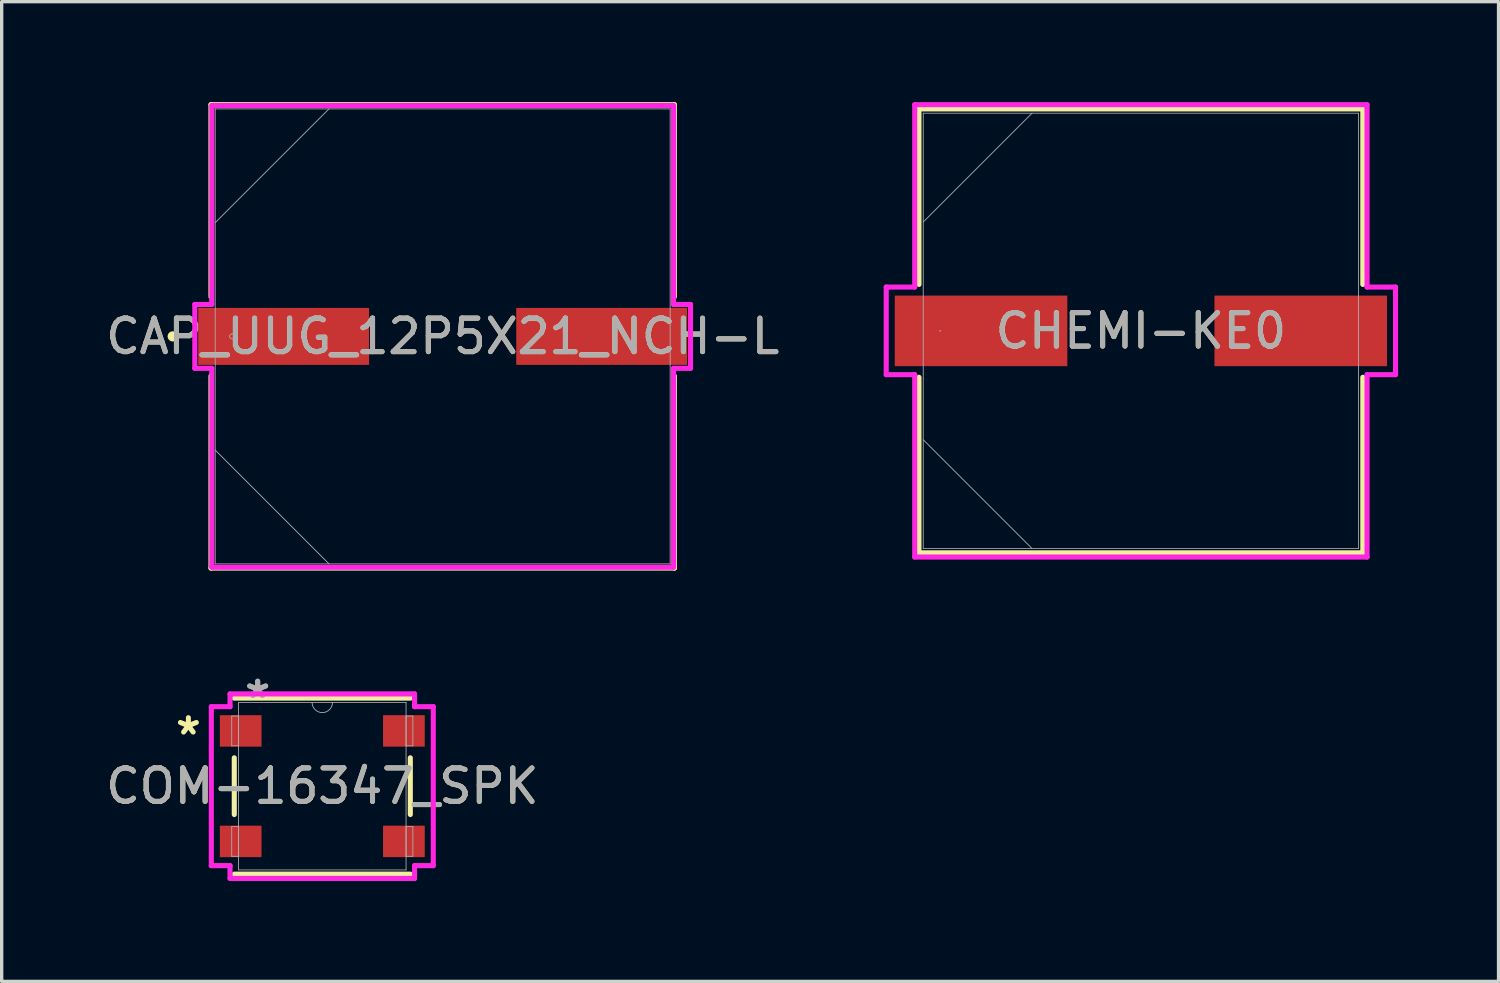
<source format=kicad_pcb>
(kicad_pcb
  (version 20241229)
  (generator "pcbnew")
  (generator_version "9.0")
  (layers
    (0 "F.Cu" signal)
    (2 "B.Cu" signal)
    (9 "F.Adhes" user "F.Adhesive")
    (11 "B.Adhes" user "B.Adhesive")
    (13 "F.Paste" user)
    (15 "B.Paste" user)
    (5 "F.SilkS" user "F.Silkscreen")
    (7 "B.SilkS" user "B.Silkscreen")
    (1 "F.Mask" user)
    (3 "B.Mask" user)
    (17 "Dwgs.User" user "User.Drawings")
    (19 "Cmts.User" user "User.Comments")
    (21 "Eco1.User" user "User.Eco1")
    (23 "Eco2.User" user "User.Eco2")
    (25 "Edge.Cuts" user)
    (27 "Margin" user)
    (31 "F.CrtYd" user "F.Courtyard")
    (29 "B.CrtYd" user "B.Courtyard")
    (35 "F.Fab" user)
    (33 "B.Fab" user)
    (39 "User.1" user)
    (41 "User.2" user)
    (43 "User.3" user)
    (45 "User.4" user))
  (footprint "CAP_UUG_12P5X21_NCH-L"
    (layer "F.Cu")
    (at 10.173 6.998)
    (property "Reference" "CAP_UUG_12P5X21_NCH-L" (at 0 0 0) (unlocked yes) (layer "F.SilkS") (effects (font (size 1 1) (thickness 0.15))))
    (attr smd)
    (fp_line (start -6.921 -6.921) (end -6.921 -1.184) (stroke (width 0.152) (type solid)) (layer "F.SilkS"))
    (fp_line (start -6.921 1.184) (end -6.921 6.921) (stroke (width 0.152) (type solid)) (layer "F.SilkS"))
    (fp_line (start -6.921 6.921) (end 6.921 6.921) (stroke (width 0.152) (type solid)) (layer "F.SilkS"))
    (fp_line (start 6.921 -6.921) (end -6.921 -6.921) (stroke (width 0.152) (type solid)) (layer "F.SilkS"))
    (fp_line (start 6.921 -1.184) (end 6.921 -6.921) (stroke (width 0.152) (type solid)) (layer "F.SilkS"))
    (fp_line (start 6.921 6.921) (end 6.921 1.184) (stroke (width 0.152) (type solid)) (layer "F.SilkS"))
    (fp_circle (center -8.065 0) (end -7.988 0) (stroke (width 0.152) (type solid)) (fill no) (layer "F.SilkS"))
    (fp_line (start -7.404 -0.953) (end -6.896 -0.953) (stroke (width 0.152) (type solid)) (layer "F.CrtYd"))
    (fp_line (start -7.404 0.953) (end -7.404 -0.953) (stroke (width 0.152) (type solid)) (layer "F.CrtYd"))
    (fp_line (start -6.896 -6.896) (end 6.896 -6.896) (stroke (width 0.152) (type solid)) (layer "F.CrtYd"))
    (fp_line (start -6.896 -0.953) (end -6.896 -6.896) (stroke (width 0.152) (type solid)) (layer "F.CrtYd"))
    (fp_line (start -6.896 0.953) (end -7.404 0.953) (stroke (width 0.152) (type solid)) (layer "F.CrtYd"))
    (fp_line (start -6.896 6.896) (end -6.896 0.953) (stroke (width 0.152) (type solid)) (layer "F.CrtYd"))
    (fp_line (start 6.896 -6.896) (end 6.896 -0.953) (stroke (width 0.152) (type solid)) (layer "F.CrtYd"))
    (fp_line (start 6.896 -0.953) (end 7.404 -0.953) (stroke (width 0.152) (type solid)) (layer "F.CrtYd"))
    (fp_line (start 6.896 0.953) (end 6.896 6.896) (stroke (width 0.152) (type solid)) (layer "F.CrtYd"))
    (fp_line (start 6.896 6.896) (end -6.896 6.896) (stroke (width 0.152) (type solid)) (layer "F.CrtYd"))
    (fp_line (start 7.404 -0.953) (end 7.404 0.953) (stroke (width 0.152) (type solid)) (layer "F.CrtYd"))
    (fp_line (start 7.404 0.953) (end 6.896 0.953) (stroke (width 0.152) (type solid)) (layer "F.CrtYd"))
    (fp_line (start -6.795 -6.795) (end -6.795 6.795) (stroke (width 0.025) (type solid)) (layer "F.Fab"))
    (fp_line (start -6.795 -3.397) (end -3.397 -6.795) (stroke (width 0.025) (type solid)) (layer "F.Fab"))
    (fp_line (start -6.795 3.397) (end -3.397 6.795) (stroke (width 0.025) (type solid)) (layer "F.Fab"))
    (fp_line (start -6.795 6.795) (end 6.795 6.795) (stroke (width 0.025) (type solid)) (layer "F.Fab"))
    (fp_line (start 6.795 -6.795) (end -6.795 -6.795) (stroke (width 0.025) (type solid)) (layer "F.Fab"))
    (fp_line (start 6.795 6.795) (end 6.795 -6.795) (stroke (width 0.025) (type solid)) (layer "F.Fab"))
    (fp_circle (center -6.287 0) (end -6.21 0) (stroke (width 0.025) (type solid)) (fill no) (layer "F.Fab"))
    (fp_text user "${REFERENCE}" (at 0 0 0) (unlocked yes) (layer "F.Fab") (effects (font (size 1 1) (thickness 0.15))))
    (pad "1" smd rect (at -4.75 0) (size 5.105 1.702) (layers "F.Cu" "F.Mask" "F.Paste"))
    (pad "2" smd rect (at 4.75 0) (size 5.105 1.702) (layers "F.Cu" "F.Mask" "F.Paste"))
    (zone (net_name "") (layer "F.Cu") (hatch full 0.508) (connect_pads) (min_thickness 0.254) (filled_areas_thickness no) (keepout (tracks not_allowed) (vias not_allowed) (pads allowed) (copperpour not_allowed) (footprints allowed)) (placement (enabled no)) (fill) (polygon (pts (xy 3.429 0.254) (xy 16.916 0.254) (xy 16.916 6.096) (xy 3.429 6.096))))
    (zone (net_name "") (layer "F.Cu") (hatch full 0.508) (connect_pads) (min_thickness 0.254) (filled_areas_thickness no) (keepout (tracks not_allowed) (vias not_allowed) (pads allowed) (copperpour not_allowed) (footprints allowed)) (placement (enabled no)) (fill) (polygon (pts (xy 3.429 7.899) (xy 16.916 7.899) (xy 16.916 13.741) (xy 3.429 13.741))))
    (zone (net_name "") (layer "F.Cu") (hatch full 0.508) (connect_pads) (min_thickness 0.254) (filled_areas_thickness no) (keepout (tracks not_allowed) (vias not_allowed) (pads allowed) (copperpour not_allowed) (footprints allowed)) (placement (enabled no)) (fill) (polygon (pts (xy 8.026 6.096) (xy 12.319 6.096) (xy 12.319 7.899) (xy 8.026 7.899)))))
  (footprint "CHEMI-KE0"
    (layer "F.Cu")
    (at 31.029 6.833)
    (property "Reference" "CHEMI-KE0" (at 0 0 0) (unlocked yes) (layer "F.SilkS") (effects (font (size 1 1) (thickness 0.15))))
    (attr smd)
    (fp_line (start -6.629 -6.629) (end -6.629 -1.387) (stroke (width 0.152) (type solid)) (layer "F.SilkS"))
    (fp_line (start -6.629 1.387) (end -6.629 6.629) (stroke (width 0.152) (type solid)) (layer "F.SilkS"))
    (fp_line (start -6.629 6.629) (end 6.629 6.629) (stroke (width 0.152) (type solid)) (layer "F.SilkS"))
    (fp_line (start 6.629 -6.629) (end -6.629 -6.629) (stroke (width 0.152) (type solid)) (layer "F.SilkS"))
    (fp_line (start 6.629 -1.387) (end 6.629 -6.629) (stroke (width 0.152) (type solid)) (layer "F.SilkS"))
    (fp_line (start 6.629 6.629) (end 6.629 1.387) (stroke (width 0.152) (type solid)) (layer "F.SilkS"))
    (fp_line (start -7.607 -1.308) (end -6.756 -1.308) (stroke (width 0.152) (type solid)) (layer "F.CrtYd"))
    (fp_line (start -7.607 1.308) (end -7.607 -1.308) (stroke (width 0.152) (type solid)) (layer "F.CrtYd"))
    (fp_line (start -6.756 -6.756) (end 6.756 -6.756) (stroke (width 0.152) (type solid)) (layer "F.CrtYd"))
    (fp_line (start -6.756 -1.308) (end -6.756 -6.756) (stroke (width 0.152) (type solid)) (layer "F.CrtYd"))
    (fp_line (start -6.756 1.308) (end -7.607 1.308) (stroke (width 0.152) (type solid)) (layer "F.CrtYd"))
    (fp_line (start -6.756 6.756) (end -6.756 1.308) (stroke (width 0.152) (type solid)) (layer "F.CrtYd"))
    (fp_line (start 6.756 -6.756) (end 6.756 -1.308) (stroke (width 0.152) (type solid)) (layer "F.CrtYd"))
    (fp_line (start 6.756 -1.308) (end 7.607 -1.308) (stroke (width 0.152) (type solid)) (layer "F.CrtYd"))
    (fp_line (start 6.756 1.308) (end 6.756 6.756) (stroke (width 0.152) (type solid)) (layer "F.CrtYd"))
    (fp_line (start 6.756 6.756) (end -6.756 6.756) (stroke (width 0.152) (type solid)) (layer "F.CrtYd"))
    (fp_line (start 7.607 -1.308) (end 7.607 1.308) (stroke (width 0.152) (type solid)) (layer "F.CrtYd"))
    (fp_line (start 7.607 1.308) (end 6.756 1.308) (stroke (width 0.152) (type solid)) (layer "F.CrtYd"))
    (fp_line (start -6.502 -6.502) (end -6.502 6.502) (stroke (width 0.025) (type solid)) (layer "F.Fab"))
    (fp_line (start -6.502 -3.251) (end -3.251 -6.502) (stroke (width 0.025) (type solid)) (layer "F.Fab"))
    (fp_line (start -6.502 3.251) (end -3.251 6.502) (stroke (width 0.025) (type solid)) (layer "F.Fab"))
    (fp_line (start -6.502 6.502) (end 6.502 6.502) (stroke (width 0.025) (type solid)) (layer "F.Fab"))
    (fp_line (start 6.502 -6.502) (end -6.502 -6.502) (stroke (width 0.025) (type solid)) (layer "F.Fab"))
    (fp_line (start 6.502 6.502) (end 6.502 -6.502) (stroke (width 0.025) (type solid)) (layer "F.Fab"))
    (fp_circle (center -5.994 0) (end -5.994 0) (stroke (width 0.025) (type solid)) (fill no) (layer "F.Fab"))
    (fp_text user "${REFERENCE}" (at 0 0 0) (unlocked yes) (layer "F.Fab") (effects (font (size 1 1) (thickness 0.15))))
    (pad "1" smd rect (at -4.775 0) (size 5.156 2.108) (layers "F.Cu" "F.Mask" "F.Paste"))
    (pad "2" smd rect (at 4.775 0) (size 5.156 2.108) (layers "F.Cu" "F.Mask" "F.Paste"))
    (zone (net_name "") (layer "F.Cu") (hatch full 0.508) (connect_pads) (min_thickness 0.254) (filled_areas_thickness no) (keepout (tracks not_allowed) (vias not_allowed) (pads allowed) (copperpour not_allowed) (footprints allowed)) (placement (enabled no)) (fill) (polygon (pts (xy 24.577 0.381) (xy 37.48 0.381) (xy 37.48 5.728) (xy 24.577 5.728))))
    (zone (net_name "") (layer "F.Cu") (hatch full 0.508) (connect_pads) (min_thickness 0.254) (filled_areas_thickness no) (keepout (tracks not_allowed) (vias not_allowed) (pads allowed) (copperpour not_allowed) (footprints allowed)) (placement (enabled no)) (fill) (polygon (pts (xy 24.577 7.938) (xy 37.48 7.938) (xy 37.48 13.284) (xy 24.577 13.284))))
    (zone (net_name "") (layer "F.Cu") (hatch full 0.508) (connect_pads) (min_thickness 0.254) (filled_areas_thickness no) (keepout (tracks not_allowed) (vias not_allowed) (pads allowed) (copperpour not_allowed) (footprints allowed)) (placement (enabled no)) (fill) (polygon (pts (xy 28.882 5.728) (xy 33.175 5.728) (xy 33.175 7.938) (xy 28.882 7.938)))))
  (footprint "COM-16347_SPK"
    (layer "F.Cu")
    (at 6.577 20.433)
    (property "Reference" "COM-16347_SPK" (at 0 0 0) (unlocked yes) (layer "F.SilkS") (effects (font (size 1 1) (thickness 0.15))))
    (attr smd)
    (fp_line (start -2.629 -0.847) (end -2.629 0.847) (stroke (width 0.152) (type solid)) (layer "F.SilkS"))
    (fp_line (start -2.629 2.629) (end 2.629 2.629) (stroke (width 0.152) (type solid)) (layer "F.SilkS"))
    (fp_line (start 2.629 -2.629) (end -2.629 -2.629) (stroke (width 0.152) (type solid)) (layer "F.SilkS"))
    (fp_line (start 2.629 0.847) (end 2.629 -0.847) (stroke (width 0.152) (type solid)) (layer "F.SilkS"))
    (fp_line (start -3.315 -2.374) (end -2.756 -2.374) (stroke (width 0.152) (type solid)) (layer "F.CrtYd"))
    (fp_line (start -3.315 2.374) (end -3.315 -2.374) (stroke (width 0.152) (type solid)) (layer "F.CrtYd"))
    (fp_line (start -3.315 2.374) (end -2.756 2.374) (stroke (width 0.152) (type solid)) (layer "F.CrtYd"))
    (fp_line (start -2.756 -2.756) (end 2.756 -2.756) (stroke (width 0.152) (type solid)) (layer "F.CrtYd"))
    (fp_line (start -2.756 -2.374) (end -2.756 -2.756) (stroke (width 0.152) (type solid)) (layer "F.CrtYd"))
    (fp_line (start -2.756 2.756) (end -2.756 2.374) (stroke (width 0.152) (type solid)) (layer "F.CrtYd"))
    (fp_line (start 2.756 -2.756) (end 2.756 -2.374) (stroke (width 0.152) (type solid)) (layer "F.CrtYd"))
    (fp_line (start 2.756 2.374) (end 2.756 2.756) (stroke (width 0.152) (type solid)) (layer "F.CrtYd"))
    (fp_line (start 2.756 2.756) (end -2.756 2.756) (stroke (width 0.152) (type solid)) (layer "F.CrtYd"))
    (fp_line (start 3.315 -2.374) (end 2.756 -2.374) (stroke (width 0.152) (type solid)) (layer "F.CrtYd"))
    (fp_line (start 3.315 -2.374) (end 3.315 2.374) (stroke (width 0.152) (type solid)) (layer "F.CrtYd"))
    (fp_line (start 3.315 2.374) (end 2.756 2.374) (stroke (width 0.152) (type solid)) (layer "F.CrtYd"))
    (fp_line (start -2.705 -2.095) (end -2.705 -1.206) (stroke (width 0.025) (type solid)) (layer "F.Fab"))
    (fp_line (start -2.705 -1.206) (end -2.502 -1.206) (stroke (width 0.025) (type solid)) (layer "F.Fab"))
    (fp_line (start -2.705 1.206) (end -2.705 2.095) (stroke (width 0.025) (type solid)) (layer "F.Fab"))
    (fp_line (start -2.705 2.095) (end -2.502 2.095) (stroke (width 0.025) (type solid)) (layer "F.Fab"))
    (fp_line (start -2.502 -2.502) (end -2.502 2.502) (stroke (width 0.025) (type solid)) (layer "F.Fab"))
    (fp_line (start -2.502 -2.095) (end -2.705 -2.095) (stroke (width 0.025) (type solid)) (layer "F.Fab"))
    (fp_line (start -2.502 -1.206) (end -2.502 -2.095) (stroke (width 0.025) (type solid)) (layer "F.Fab"))
    (fp_line (start -2.502 1.206) (end -2.705 1.206) (stroke (width 0.025) (type solid)) (layer "F.Fab"))
    (fp_line (start -2.502 2.095) (end -2.502 1.206) (stroke (width 0.025) (type solid)) (layer "F.Fab"))
    (fp_line (start -2.502 2.502) (end 2.502 2.502) (stroke (width 0.025) (type solid)) (layer "F.Fab"))
    (fp_line (start 2.502 -2.502) (end -2.502 -2.502) (stroke (width 0.025) (type solid)) (layer "F.Fab"))
    (fp_line (start 2.502 -2.095) (end 2.502 -1.206) (stroke (width 0.025) (type solid)) (layer "F.Fab"))
    (fp_line (start 2.502 -1.206) (end 2.705 -1.206) (stroke (width 0.025) (type solid)) (layer "F.Fab"))
    (fp_line (start 2.502 1.206) (end 2.502 2.095) (stroke (width 0.025) (type solid)) (layer "F.Fab"))
    (fp_line (start 2.502 2.095) (end 2.705 2.095) (stroke (width 0.025) (type solid)) (layer "F.Fab"))
    (fp_line (start 2.502 2.502) (end 2.502 -2.502) (stroke (width 0.025) (type solid)) (layer "F.Fab"))
    (fp_line (start 2.705 -2.095) (end 2.502 -2.095) (stroke (width 0.025) (type solid)) (layer "F.Fab"))
    (fp_line (start 2.705 -1.206) (end 2.705 -2.095) (stroke (width 0.025) (type solid)) (layer "F.Fab"))
    (fp_line (start 2.705 1.206) (end 2.502 1.206) (stroke (width 0.025) (type solid)) (layer "F.Fab"))
    (fp_line (start 2.705 2.095) (end 2.705 1.206) (stroke (width 0.025) (type solid)) (layer "F.Fab"))
    (fp_arc (start 0.3048 -2.5019) (mid 0 -2.1971) (end -0.3048 -2.5019) (stroke (width 0.0254) (type solid)) (layer "F.Fab"))
    (fp_text user "*" (at -4 -1.5 0) (layer "F.SilkS") (effects (font (size 1 1) (thickness 0.15))))
    (fp_text user "*" (at -1.93 -2.59 0) (unlocked yes) (layer "F.Fab") (effects (font (size 1 1) (thickness 0.15))))
    (fp_text user "${REFERENCE}" (at 0 0 0) (unlocked yes) (layer "F.Fab") (effects (font (size 1 1) (thickness 0.15))))
    (fp_text user "*" (at -1.93 -2.59 0) (layer "F.Fab") (effects (font (size 1 1) (thickness 0.15))))
    (pad "1" smd rect (at -2.438 -1.65) (size 1.245 0.94) (layers "F.Cu" "F.Mask" "F.Paste"))
    (pad "2" smd rect (at -2.438 1.65) (size 1.245 0.94) (layers "F.Cu" "F.Mask" "F.Paste"))
    (pad "3" smd rect (at 2.438 1.65) (size 1.245 0.94) (layers "F.Cu" "F.Mask" "F.Paste"))
    (pad "4" smd rect (at 2.438 -1.65) (size 1.245 0.94) (layers "F.Cu" "F.Mask" "F.Paste")))
  (gr_rect
    (start -3 -3)
    (end 41.712 26.266)
    (stroke (width 0.1) (type default))
    (fill no)
    (layer "Edge.Cuts")))
</source>
